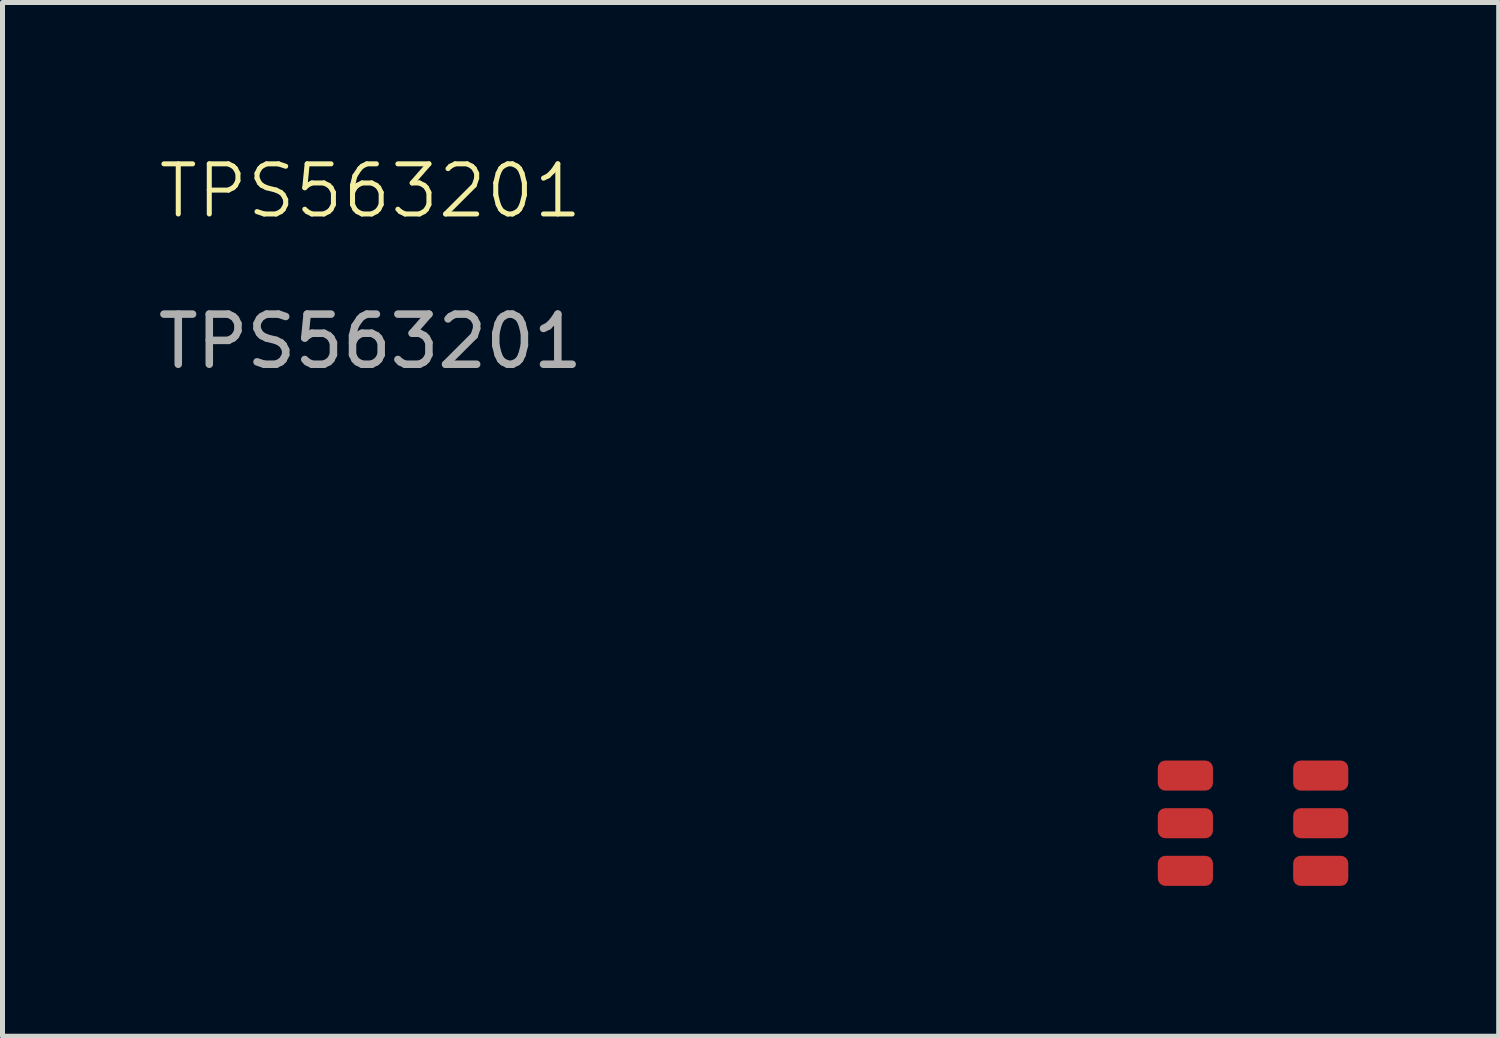
<source format=kicad_pcb>
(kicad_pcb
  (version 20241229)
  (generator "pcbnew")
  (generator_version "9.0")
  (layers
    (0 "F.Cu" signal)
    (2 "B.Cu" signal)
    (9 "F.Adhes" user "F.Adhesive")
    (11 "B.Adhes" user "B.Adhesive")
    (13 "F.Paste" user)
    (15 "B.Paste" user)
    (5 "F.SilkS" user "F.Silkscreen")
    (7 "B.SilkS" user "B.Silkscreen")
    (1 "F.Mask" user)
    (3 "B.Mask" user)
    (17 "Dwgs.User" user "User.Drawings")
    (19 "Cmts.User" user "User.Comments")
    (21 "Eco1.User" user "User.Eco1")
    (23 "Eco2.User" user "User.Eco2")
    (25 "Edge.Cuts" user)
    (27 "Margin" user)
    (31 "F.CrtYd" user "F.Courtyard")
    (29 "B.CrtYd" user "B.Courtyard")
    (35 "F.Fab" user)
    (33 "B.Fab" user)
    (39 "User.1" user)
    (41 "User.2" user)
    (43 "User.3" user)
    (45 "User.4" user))
  (footprint "TPS563201"
    (layer "F.Cu")
    (at 20.595 12.421)
    (property "Reference" "TPS563201" (at -16.256 -11.66 0) (unlocked yes) (layer "F.SilkS") (effects (font (size 1 1) (thickness 0.1))))
    (attr smd)
    (fp_text user "${REFERENCE}" (at -16.256 -8.66 0) (unlocked yes) (layer "F.Fab") (effects (font (size 1 1) (thickness 0.15))))
    (pad "1" smd roundrect (at 0 0) (size 1.1 0.6) (layers "F.Cu" "F.Mask" "F.Paste") (roundrect_rratio 0.25))
    (pad "2" smd roundrect (at 0 0.95) (size 1.1 0.6) (layers "F.Cu" "F.Mask" "F.Paste") (roundrect_rratio 0.25))
    (pad "3" smd roundrect (at 0 1.9) (size 1.1 0.6) (layers "F.Cu" "F.Mask" "F.Paste") (roundrect_rratio 0.25))
    (pad "4" smd roundrect (at 2.7 1.9) (size 1.1 0.6) (layers "F.Cu" "F.Mask" "F.Paste") (roundrect_rratio 0.25))
    (pad "5" smd roundrect (at 2.7 0.95) (size 1.1 0.6) (layers "F.Cu" "F.Mask" "F.Paste") (roundrect_rratio 0.25))
    (pad "6" smd roundrect (at 2.7 0) (size 1.1 0.6) (layers "F.Cu" "F.Mask" "F.Paste") (roundrect_rratio 0.25)))
  (gr_rect
    (start -3 -3)
    (end 26.845 17.62)
    (stroke (width 0.1) (type default))
    (fill no)
    (layer "Edge.Cuts")))
</source>
